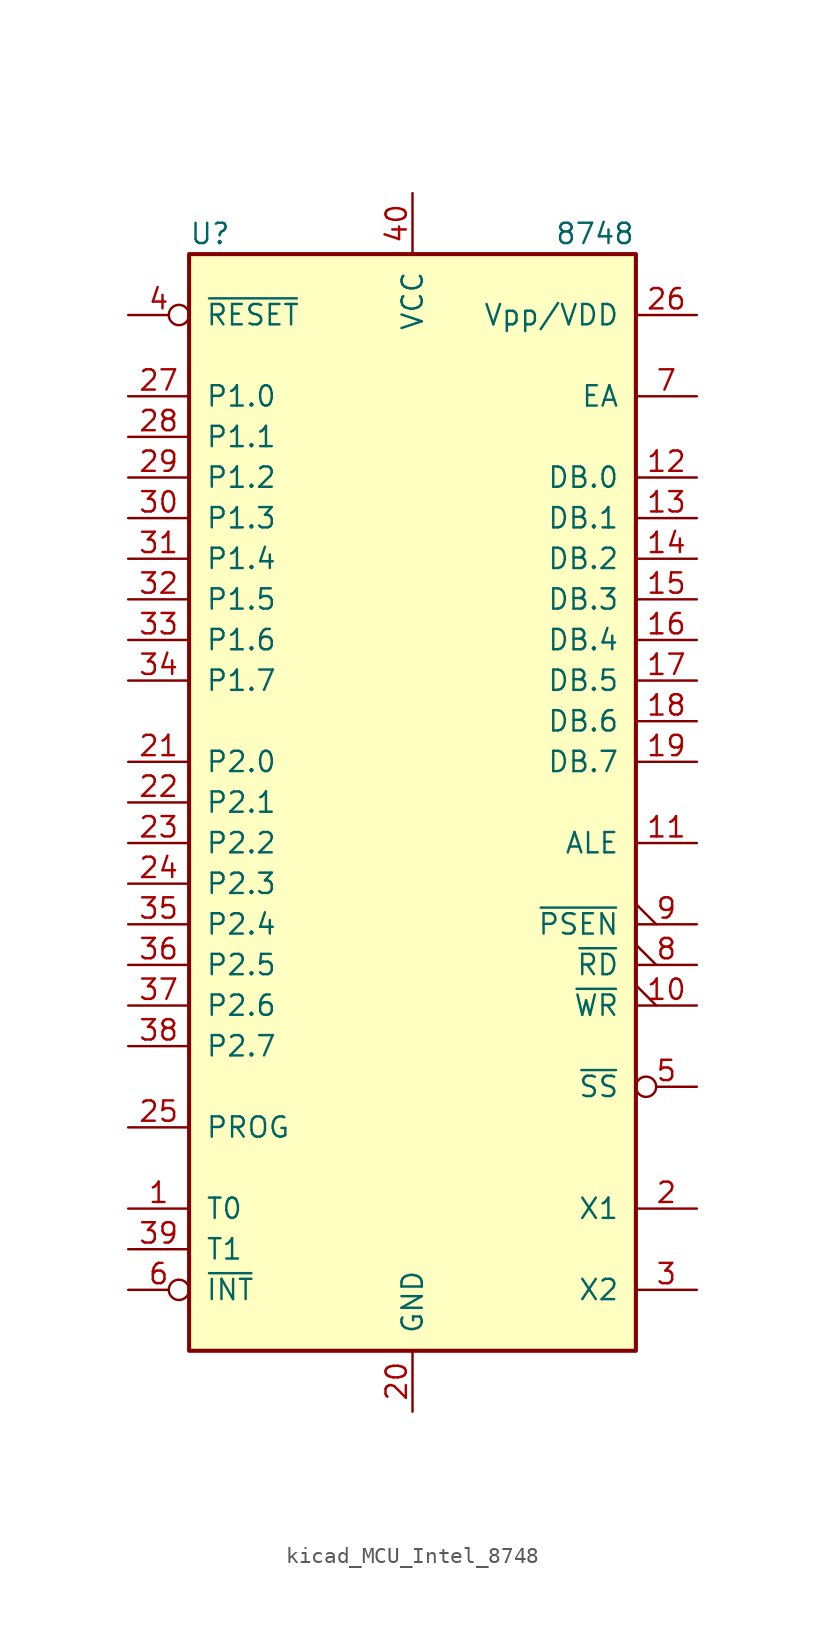
<source format=kicad_sym>
(kicad_symbol_lib
  (version 20220914)
  (generator kicad_symbol_editor)
  (symbol "kicad_MCU_Intel_8748"
    (pin_names
      (offset 1.016))
    (property "Reference" "U"
      (at -13.97 35.56 0)
      (effects (font (size 1.27 1.27)) (justify left)))
    (property "Value" "8748"
      (at 8.89 35.56 0)
      (effects (font (size 1.27 1.27)) (justify left)))
    (symbol "kicad_MCU_Intel_8748_1_1"
      (rectangle (start -13.97 -34.29) (end 13.97 34.29) (stroke (width 0.254) (type default)) (fill (type background)))
      (pin input line (at -17.78 -25.4 0) (length 3.81) (name "T0" (effects (font (size 1.27 1.27)))) (number "1" (effects (font (size 1.27 1.27)))))
      (pin output output_low (at 17.78 -12.7 180) (length 3.81) (name "~{WR}" (effects (font (size 1.27 1.27)))) (number "10" (effects (font (size 1.27 1.27)))))
      (pin output line (at 17.78 -2.54 180) (length 3.81) (name "ALE" (effects (font (size 1.27 1.27)))) (number "11" (effects (font (size 1.27 1.27)))))
      (pin bidirectional line (at 17.78 20.32 180) (length 3.81) (name "DB.0" (effects (font (size 1.27 1.27)))) (number "12" (effects (font (size 1.27 1.27)))))
      (pin bidirectional line (at 17.78 17.78 180) (length 3.81) (name "DB.1" (effects (font (size 1.27 1.27)))) (number "13" (effects (font (size 1.27 1.27)))))
      (pin bidirectional line (at 17.78 15.24 180) (length 3.81) (name "DB.2" (effects (font (size 1.27 1.27)))) (number "14" (effects (font (size 1.27 1.27)))))
      (pin bidirectional line (at 17.78 12.7 180) (length 3.81) (name "DB.3" (effects (font (size 1.27 1.27)))) (number "15" (effects (font (size 1.27 1.27)))))
      (pin bidirectional line (at 17.78 10.16 180) (length 3.81) (name "DB.4" (effects (font (size 1.27 1.27)))) (number "16" (effects (font (size 1.27 1.27)))))
      (pin bidirectional line (at 17.78 7.62 180) (length 3.81) (name "DB.5" (effects (font (size 1.27 1.27)))) (number "17" (effects (font (size 1.27 1.27)))))
      (pin bidirectional line (at 17.78 5.08 180) (length 3.81) (name "DB.6" (effects (font (size 1.27 1.27)))) (number "18" (effects (font (size 1.27 1.27)))))
      (pin bidirectional line (at 17.78 2.54 180) (length 3.81) (name "DB.7" (effects (font (size 1.27 1.27)))) (number "19" (effects (font (size 1.27 1.27)))))
      (pin input line (at 17.78 -25.4 180) (length 3.81) (name "X1" (effects (font (size 1.27 1.27)))) (number "2" (effects (font (size 1.27 1.27)))))
      (pin power_in line (at 0 -38.1 90) (length 3.81) (name "GND" (effects (font (size 1.27 1.27)))) (number "20" (effects (font (size 1.27 1.27)))))
      (pin bidirectional line (at -17.78 2.54 0) (length 3.81) (name "P2.0" (effects (font (size 1.27 1.27)))) (number "21" (effects (font (size 1.27 1.27)))))
      (pin bidirectional line (at -17.78 0 0) (length 3.81) (name "P2.1" (effects (font (size 1.27 1.27)))) (number "22" (effects (font (size 1.27 1.27)))))
      (pin bidirectional line (at -17.78 -2.54 0) (length 3.81) (name "P2.2" (effects (font (size 1.27 1.27)))) (number "23" (effects (font (size 1.27 1.27)))))
      (pin bidirectional line (at -17.78 -5.08 0) (length 3.81) (name "P2.3" (effects (font (size 1.27 1.27)))) (number "24" (effects (font (size 1.27 1.27)))))
      (pin output line (at -17.78 -20.32 0) (length 3.81) (name "PROG" (effects (font (size 1.27 1.27)))) (number "25" (effects (font (size 1.27 1.27)))))
      (pin power_in line (at 17.78 30.48 180) (length 3.81) (name "Vpp/VDD" (effects (font (size 1.27 1.27)))) (number "26" (effects (font (size 1.27 1.27)))))
      (pin bidirectional line (at -17.78 25.4 0) (length 3.81) (name "P1.0" (effects (font (size 1.27 1.27)))) (number "27" (effects (font (size 1.27 1.27)))))
      (pin bidirectional line (at -17.78 22.86 0) (length 3.81) (name "P1.1" (effects (font (size 1.27 1.27)))) (number "28" (effects (font (size 1.27 1.27)))))
      (pin bidirectional line (at -17.78 20.32 0) (length 3.81) (name "P1.2" (effects (font (size 1.27 1.27)))) (number "29" (effects (font (size 1.27 1.27)))))
      (pin output line (at 17.78 -30.48 180) (length 3.81) (name "X2" (effects (font (size 1.27 1.27)))) (number "3" (effects (font (size 1.27 1.27)))))
      (pin bidirectional line (at -17.78 17.78 0) (length 3.81) (name "P1.3" (effects (font (size 1.27 1.27)))) (number "30" (effects (font (size 1.27 1.27)))))
      (pin bidirectional line (at -17.78 15.24 0) (length 3.81) (name "P1.4" (effects (font (size 1.27 1.27)))) (number "31" (effects (font (size 1.27 1.27)))))
      (pin bidirectional line (at -17.78 12.7 0) (length 3.81) (name "P1.5" (effects (font (size 1.27 1.27)))) (number "32" (effects (font (size 1.27 1.27)))))
      (pin bidirectional line (at -17.78 10.16 0) (length 3.81) (name "P1.6" (effects (font (size 1.27 1.27)))) (number "33" (effects (font (size 1.27 1.27)))))
      (pin bidirectional line (at -17.78 7.62 0) (length 3.81) (name "P1.7" (effects (font (size 1.27 1.27)))) (number "34" (effects (font (size 1.27 1.27)))))
      (pin bidirectional line (at -17.78 -7.62 0) (length 3.81) (name "P2.4" (effects (font (size 1.27 1.27)))) (number "35" (effects (font (size 1.27 1.27)))))
      (pin bidirectional line (at -17.78 -10.16 0) (length 3.81) (name "P2.5" (effects (font (size 1.27 1.27)))) (number "36" (effects (font (size 1.27 1.27)))))
      (pin bidirectional line (at -17.78 -12.7 0) (length 3.81) (name "P2.6" (effects (font (size 1.27 1.27)))) (number "37" (effects (font (size 1.27 1.27)))))
      (pin bidirectional line (at -17.78 -15.24 0) (length 3.81) (name "P2.7" (effects (font (size 1.27 1.27)))) (number "38" (effects (font (size 1.27 1.27)))))
      (pin input line (at -17.78 -27.94 0) (length 3.81) (name "T1" (effects (font (size 1.27 1.27)))) (number "39" (effects (font (size 1.27 1.27)))))
      (pin input inverted (at -17.78 30.48 0) (length 3.81) (name "~{RESET}" (effects (font (size 1.27 1.27)))) (number "4" (effects (font (size 1.27 1.27)))))
      (pin power_in line (at 0 38.1 270) (length 3.81) (name "VCC" (effects (font (size 1.27 1.27)))) (number "40" (effects (font (size 1.27 1.27)))))
      (pin input inverted (at 17.78 -17.78 180) (length 3.81) (name "~{SS}" (effects (font (size 1.27 1.27)))) (number "5" (effects (font (size 1.27 1.27)))))
      (pin input inverted (at -17.78 -30.48 0) (length 3.81) (name "~{INT}" (effects (font (size 1.27 1.27)))) (number "6" (effects (font (size 1.27 1.27)))))
      (pin input line (at 17.78 25.4 180) (length 3.81) (name "EA" (effects (font (size 1.27 1.27)))) (number "7" (effects (font (size 1.27 1.27)))))
      (pin output output_low (at 17.78 -10.16 180) (length 3.81) (name "~{RD}" (effects (font (size 1.27 1.27)))) (number "8" (effects (font (size 1.27 1.27)))))
      (pin output output_low (at 17.78 -7.62 180) (length 3.81) (name "~{PSEN}" (effects (font (size 1.27 1.27)))) (number "9" (effects (font (size 1.27 1.27))))))))
</source>
